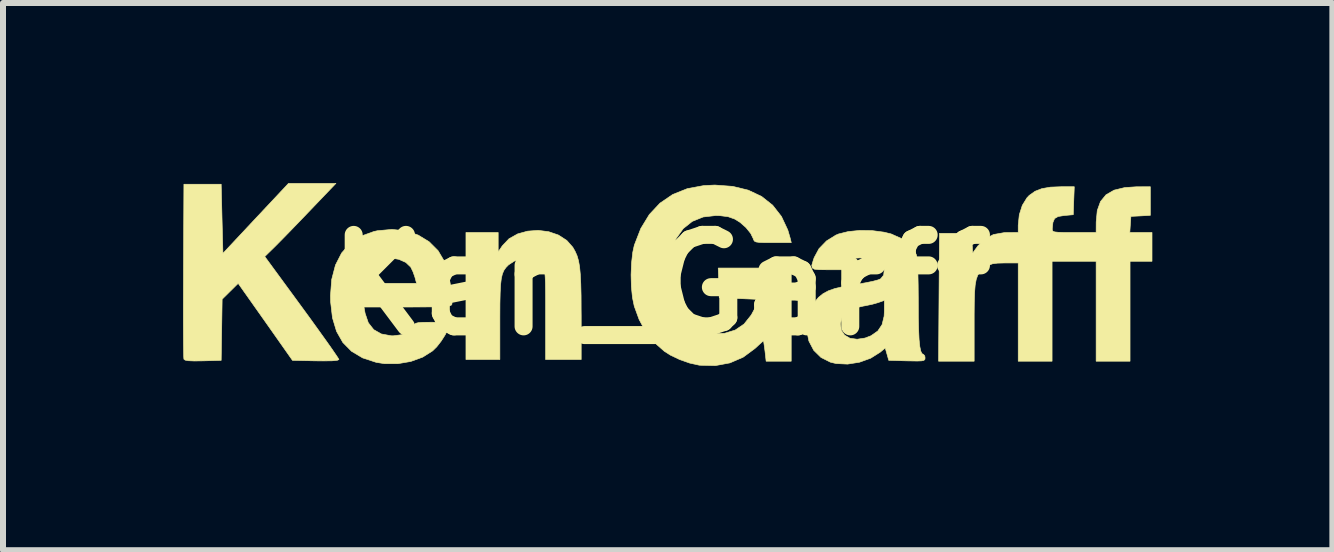
<source format=kicad_pcb>
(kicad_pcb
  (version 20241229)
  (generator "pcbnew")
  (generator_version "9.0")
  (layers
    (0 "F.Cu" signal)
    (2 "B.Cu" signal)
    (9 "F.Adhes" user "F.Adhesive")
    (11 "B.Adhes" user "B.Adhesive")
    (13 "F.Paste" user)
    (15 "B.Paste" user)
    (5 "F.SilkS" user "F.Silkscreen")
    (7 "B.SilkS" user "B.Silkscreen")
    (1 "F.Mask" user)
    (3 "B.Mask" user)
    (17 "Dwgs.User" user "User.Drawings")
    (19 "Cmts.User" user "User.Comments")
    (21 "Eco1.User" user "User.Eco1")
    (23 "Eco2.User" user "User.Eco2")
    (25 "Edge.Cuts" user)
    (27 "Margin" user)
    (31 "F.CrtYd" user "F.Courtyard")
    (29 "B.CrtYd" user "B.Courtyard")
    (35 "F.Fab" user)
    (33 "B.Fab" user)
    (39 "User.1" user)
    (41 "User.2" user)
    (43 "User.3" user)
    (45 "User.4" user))
  (footprint "Ken_Garff"
    (layer "F.Cu")
    (at 7.959 1.698)
    (property "Reference" "Ken_Garff" (at 0 0 0) (layer "F.SilkS") (effects (font (size 1.524 1.524) (thickness 0.3))))
    (attr through_hole)
    (fp_poly (pts (xy -5.837 -1.249) (xy -5.974 -1.106) (xy -6.11 -0.965) (xy -6.235 -0.836) (xy -6.341 -0.728) (xy -6.419 -0.649) (xy -6.429 -0.639) (xy -6.598 -0.474) (xy -5.98 0.369) (xy -5.84 0.561) (xy -5.711 0.74) (xy -5.597 0.899) (xy -5.501 1.034) (xy -5.428 1.14) (xy -5.38 1.211) (xy -5.362 1.242) (xy -5.362 1.242) (xy -5.39 1.255) (xy -5.474 1.263) (xy -5.613 1.265) (xy -5.749 1.264) (xy -6.136 1.256) (xy -6.588 0.614) (xy -7.041 -0.027) (xy -7.308 0.237) (xy -7.316 0.746) (xy -7.324 1.256) (xy -7.628 1.264) (xy -7.773 1.266) (xy -7.869 1.262) (xy -7.924 1.252) (xy -7.945 1.236) (xy -7.948 1.201) (xy -7.95 1.116) (xy -7.952 0.985) (xy -7.953 0.814) (xy -7.954 0.608) (xy -7.954 0.373) (xy -7.953 0.115) (xy -7.952 -0.162) (xy -7.952 -0.24) (xy -7.945 -1.679) (xy -7.324 -1.679) (xy -7.31 -1.103) (xy -7.295 -0.527) (xy -6.749 -1.11) (xy -6.202 -1.693) (xy -5.412 -1.693) (xy -5.837 -1.249)) (stroke (width 0.01) (type solid)) (fill yes) (layer "F.SilkS"))
    (fp_poly (pts (xy -1.868 -0.888) (xy -1.705 -0.832) (xy -1.566 -0.742) (xy -1.466 -0.629) (xy -1.427 -0.56) (xy -1.395 -0.488) (xy -1.371 -0.405) (xy -1.353 -0.305) (xy -1.341 -0.179) (xy -1.333 -0.02) (xy -1.328 0.177) (xy -1.327 0.422) (xy -1.326 0.509) (xy -1.326 1.242) (xy -1.919 1.242) (xy -1.919 0.498) (xy -1.919 0.273) (xy -1.92 0.097) (xy -1.922 -0.036) (xy -1.926 -0.133) (xy -1.932 -0.203) (xy -1.941 -0.25) (xy -1.953 -0.284) (xy -1.969 -0.31) (xy -1.977 -0.32) (xy -2.068 -0.394) (xy -2.187 -0.431) (xy -2.317 -0.433) (xy -2.443 -0.397) (xy -2.537 -0.335) (xy -2.58 -0.291) (xy -2.614 -0.243) (xy -2.639 -0.184) (xy -2.657 -0.107) (xy -2.669 -0.004) (xy -2.676 0.133) (xy -2.68 0.309) (xy -2.681 0.534) (xy -2.681 0.578) (xy -2.681 1.242) (xy -3.246 1.242) (xy -3.246 -0.875) (xy -2.709 -0.875) (xy -2.709 -0.551) (xy -2.639 -0.654) (xy -2.529 -0.77) (xy -2.385 -0.851) (xy -2.219 -0.897) (xy -2.043 -0.91) (xy -1.868 -0.888)) (stroke (width 0.01) (type solid)) (fill yes) (layer "F.SilkS"))
    (fp_poly (pts (xy 8.156 -1.16) (xy 7.994 -1.151) (xy 7.832 -1.143) (xy 7.823 -1.009) (xy 7.814 -0.875) (xy 8.184 -0.875) (xy 8.184 -0.395) (xy 7.818 -0.395) (xy 7.818 1.27) (xy 7.253 1.27) (xy 7.253 -0.395) (xy 6.519 -0.395) (xy 6.519 1.27) (xy 5.955 1.27) (xy 5.955 -0.367) (xy 5.733 -0.367) (xy 5.61 -0.364) (xy 5.526 -0.353) (xy 5.462 -0.329) (xy 5.419 -0.303) (xy 5.36 -0.26) (xy 5.314 -0.216) (xy 5.28 -0.162) (xy 5.255 -0.092) (xy 5.238 0.001) (xy 5.228 0.125) (xy 5.223 0.288) (xy 5.221 0.496) (xy 5.221 0.613) (xy 5.221 1.27) (xy 4.628 1.27) (xy 4.643 -0.861) (xy 5.179 -0.861) (xy 5.187 -0.696) (xy 5.196 -0.532) (xy 5.281 -0.649) (xy 5.397 -0.767) (xy 5.544 -0.841) (xy 5.726 -0.873) (xy 5.779 -0.874) (xy 5.955 -0.875) (xy 5.955 -0.997) (xy 5.973 -1.17) (xy 6.023 -1.327) (xy 6.101 -1.453) (xy 6.138 -1.492) (xy 6.235 -1.561) (xy 6.348 -1.605) (xy 6.49 -1.63) (xy 6.669 -1.637) (xy 6.889 -1.637) (xy 6.88 -1.404) (xy 6.872 -1.171) (xy 6.718 -1.157) (xy 6.619 -1.141) (xy 6.561 -1.107) (xy 6.533 -1.042) (xy 6.522 -0.938) (xy 6.523 -0.913) (xy 6.534 -0.895) (xy 6.564 -0.884) (xy 6.621 -0.878) (xy 6.716 -0.875) (xy 6.857 -0.875) (xy 6.886 -0.875) (xy 7.253 -0.875) (xy 7.254 -1.051) (xy 7.272 -1.241) (xy 7.326 -1.391) (xy 7.418 -1.503) (xy 7.552 -1.58) (xy 7.73 -1.623) (xy 7.923 -1.636) (xy 8.156 -1.637) (xy 8.156 -1.16)) (stroke (width 0.01) (type solid)) (fill yes) (layer "F.SilkS"))
    (fp_poly (pts (xy 1.198 -1.643) (xy 1.457 -1.58) (xy 1.68 -1.475) (xy 1.864 -1.329) (xy 2.01 -1.142) (xy 2.116 -0.916) (xy 2.155 -0.783) (xy 2.174 -0.706) (xy 1.866 -0.706) (xy 1.731 -0.706) (xy 1.642 -0.709) (xy 1.588 -0.717) (xy 1.56 -0.731) (xy 1.546 -0.754) (xy 1.542 -0.769) (xy 1.498 -0.859) (xy 1.419 -0.957) (xy 1.32 -1.044) (xy 1.233 -1.098) (xy 1.121 -1.138) (xy 0.986 -1.155) (xy 0.914 -1.157) (xy 0.705 -1.133) (xy 0.525 -1.06) (xy 0.374 -0.94) (xy 0.255 -0.773) (xy 0.178 -0.593) (xy 0.146 -0.449) (xy 0.129 -0.273) (xy 0.127 -0.083) (xy 0.139 0.099) (xy 0.165 0.255) (xy 0.18 0.307) (xy 0.272 0.493) (xy 0.402 0.64) (xy 0.568 0.743) (xy 0.766 0.802) (xy 0.854 0.812) (xy 1.063 0.805) (xy 1.24 0.751) (xy 1.388 0.65) (xy 1.508 0.499) (xy 1.556 0.41) (xy 1.637 0.24) (xy 1.305 0.226) (xy 0.974 0.212) (xy 0.966 -0.035) (xy 0.957 -0.282) (xy 2.173 -0.282) (xy 2.173 1.27) (xy 1.755 1.27) (xy 1.736 1.101) (xy 1.724 1.012) (xy 1.715 0.95) (xy 1.71 0.931) (xy 1.688 0.949) (xy 1.637 0.995) (xy 1.571 1.056) (xy 1.374 1.202) (xy 1.152 1.298) (xy 0.909 1.343) (xy 0.649 1.337) (xy 0.635 1.335) (xy 0.481 1.301) (xy 0.314 1.242) (xy 0.159 1.168) (xy 0.06 1.105) (xy -0.115 0.951) (xy -0.252 0.779) (xy -0.361 0.575) (xy -0.442 0.353) (xy -0.472 0.209) (xy -0.49 0.028) (xy -0.495 -0.17) (xy -0.487 -0.367) (xy -0.467 -0.544) (xy -0.441 -0.663) (xy -0.333 -0.941) (xy -0.191 -1.174) (xy -0.014 -1.363) (xy 0.197 -1.507) (xy 0.441 -1.605) (xy 0.716 -1.656) (xy 0.901 -1.665) (xy 1.198 -1.643)) (stroke (width 0.01) (type solid)) (fill yes) (layer "F.SilkS"))
    (fp_poly (pts (xy -4.249 -0.901) (xy -4.041 -0.831) (xy -3.859 -0.72) (xy -3.71 -0.571) (xy -3.601 -0.386) (xy -3.583 -0.342) (xy -3.554 -0.247) (xy -3.526 -0.126) (xy -3.503 0.006) (xy -3.486 0.133) (xy -3.477 0.24) (xy -3.479 0.312) (xy -3.482 0.326) (xy -3.495 0.339) (xy -3.527 0.349) (xy -3.584 0.356) (xy -3.672 0.361) (xy -3.797 0.365) (xy -3.966 0.366) (xy -4.184 0.367) (xy -4.221 0.367) (xy -4.945 0.367) (xy -4.926 0.473) (xy -4.873 0.629) (xy -4.783 0.744) (xy -4.656 0.816) (xy -4.493 0.846) (xy -4.459 0.847) (xy -4.312 0.828) (xy -4.199 0.776) (xy -4.127 0.694) (xy -4.123 0.687) (xy -4.107 0.657) (xy -4.081 0.638) (xy -4.036 0.627) (xy -3.959 0.622) (xy -3.839 0.621) (xy -3.811 0.621) (xy -3.681 0.622) (xy -3.598 0.626) (xy -3.552 0.635) (xy -3.532 0.651) (xy -3.528 0.67) (xy -3.546 0.739) (xy -3.593 0.832) (xy -3.658 0.934) (xy -3.732 1.029) (xy -3.802 1.098) (xy -3.967 1.202) (xy -4.165 1.274) (xy -4.381 1.311) (xy -4.601 1.311) (xy -4.741 1.289) (xy -4.967 1.215) (xy -5.152 1.105) (xy -5.297 0.958) (xy -5.402 0.773) (xy -5.47 0.547) (xy -5.501 0.28) (xy -5.503 0.177) (xy -5.483 -0.088) (xy -4.911 -0.088) (xy -4.908 -0.065) (xy -4.896 -0.049) (xy -4.866 -0.038) (xy -4.808 -0.032) (xy -4.715 -0.029) (xy -4.579 -0.028) (xy -4.49 -0.028) (xy -4.069 -0.028) (xy -4.097 -0.132) (xy -4.128 -0.22) (xy -4.164 -0.294) (xy -4.167 -0.299) (xy -4.248 -0.376) (xy -4.363 -0.427) (xy -4.493 -0.45) (xy -4.621 -0.44) (xy -4.713 -0.405) (xy -4.785 -0.342) (xy -4.851 -0.251) (xy -4.897 -0.155) (xy -4.911 -0.088) (xy -5.483 -0.088) (xy -5.482 -0.095) (xy -5.42 -0.332) (xy -5.318 -0.532) (xy -5.176 -0.693) (xy -4.997 -0.813) (xy -4.78 -0.891) (xy -4.721 -0.904) (xy -4.478 -0.926) (xy -4.249 -0.901)) (stroke (width 0.01) (type solid)) (fill yes) (layer "F.SilkS"))
    (fp_poly (pts (xy 3.521 -0.906) (xy 3.719 -0.88) (xy 3.839 -0.85) (xy 4.001 -0.778) (xy 4.136 -0.677) (xy 4.233 -0.556) (xy 4.26 -0.499) (xy 4.27 -0.444) (xy 4.278 -0.339) (xy 4.284 -0.189) (xy 4.288 -0.001) (xy 4.29 0.221) (xy 4.29 0.28) (xy 4.291 0.539) (xy 4.296 0.747) (xy 4.303 0.907) (xy 4.315 1.023) (xy 4.331 1.101) (xy 4.352 1.144) (xy 4.377 1.157) (xy 4.398 1.181) (xy 4.403 1.215) (xy 4.4 1.24) (xy 4.383 1.256) (xy 4.345 1.264) (xy 4.273 1.267) (xy 4.159 1.265) (xy 4.1 1.264) (xy 3.798 1.256) (xy 3.769 1.153) (xy 3.739 1.049) (xy 3.655 1.12) (xy 3.496 1.22) (xy 3.31 1.287) (xy 3.112 1.318) (xy 2.921 1.309) (xy 2.826 1.286) (xy 2.669 1.207) (xy 2.548 1.088) (xy 2.467 0.933) (xy 2.43 0.749) (xy 2.428 0.691) (xy 2.434 0.648) (xy 2.992 0.648) (xy 3.011 0.76) (xy 3.061 0.834) (xy 3.151 0.887) (xy 3.271 0.904) (xy 3.403 0.884) (xy 3.502 0.846) (xy 3.616 0.766) (xy 3.687 0.66) (xy 3.721 0.52) (xy 3.725 0.432) (xy 3.725 0.257) (xy 3.619 0.294) (xy 3.524 0.321) (xy 3.411 0.345) (xy 3.376 0.351) (xy 3.22 0.387) (xy 3.102 0.443) (xy 3.03 0.513) (xy 3.023 0.527) (xy 2.992 0.648) (xy 2.434 0.648) (xy 2.452 0.498) (xy 2.523 0.333) (xy 2.628 0.206) (xy 2.702 0.146) (xy 2.79 0.098) (xy 2.9 0.059) (xy 3.044 0.025) (xy 3.232 -0.007) (xy 3.279 -0.014) (xy 3.413 -0.037) (xy 3.532 -0.061) (xy 3.621 -0.085) (xy 3.662 -0.102) (xy 3.713 -0.164) (xy 3.723 -0.25) (xy 3.693 -0.34) (xy 3.672 -0.37) (xy 3.634 -0.406) (xy 3.582 -0.428) (xy 3.5 -0.441) (xy 3.418 -0.447) (xy 3.312 -0.451) (xy 3.245 -0.447) (xy 3.198 -0.429) (xy 3.154 -0.391) (xy 3.12 -0.356) (xy 3.024 -0.254) (xy 2.768 -0.254) (xy 2.64 -0.255) (xy 2.56 -0.263) (xy 2.522 -0.285) (xy 2.516 -0.329) (xy 2.537 -0.401) (xy 2.555 -0.455) (xy 2.636 -0.605) (xy 2.761 -0.734) (xy 2.917 -0.831) (xy 2.962 -0.85) (xy 3.123 -0.89) (xy 3.315 -0.909) (xy 3.521 -0.906)) (stroke (width 0.01) (type solid)) (fill yes) (layer "F.SilkS")))
  (gr_rect
    (start -3 -3)
    (end 19.148 6.116)
    (stroke (width 0.1) (type default))
    (fill no)
    (layer "Edge.Cuts")))
</source>
